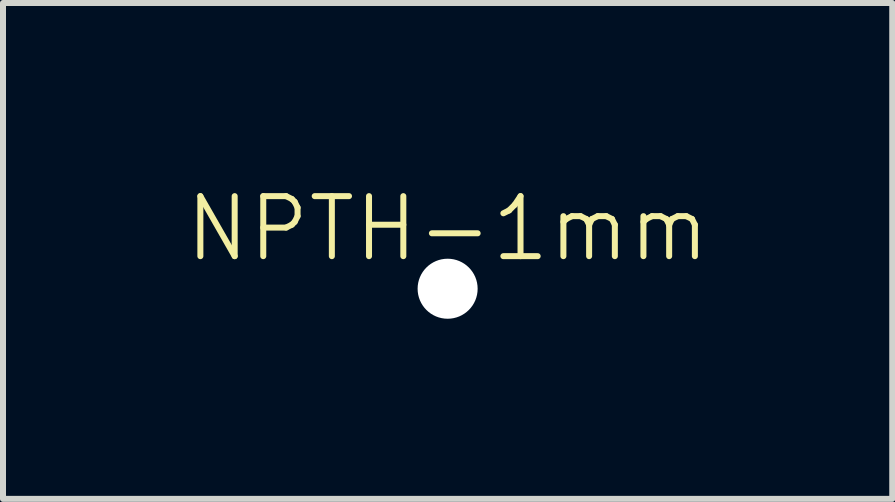
<source format=kicad_pcb>
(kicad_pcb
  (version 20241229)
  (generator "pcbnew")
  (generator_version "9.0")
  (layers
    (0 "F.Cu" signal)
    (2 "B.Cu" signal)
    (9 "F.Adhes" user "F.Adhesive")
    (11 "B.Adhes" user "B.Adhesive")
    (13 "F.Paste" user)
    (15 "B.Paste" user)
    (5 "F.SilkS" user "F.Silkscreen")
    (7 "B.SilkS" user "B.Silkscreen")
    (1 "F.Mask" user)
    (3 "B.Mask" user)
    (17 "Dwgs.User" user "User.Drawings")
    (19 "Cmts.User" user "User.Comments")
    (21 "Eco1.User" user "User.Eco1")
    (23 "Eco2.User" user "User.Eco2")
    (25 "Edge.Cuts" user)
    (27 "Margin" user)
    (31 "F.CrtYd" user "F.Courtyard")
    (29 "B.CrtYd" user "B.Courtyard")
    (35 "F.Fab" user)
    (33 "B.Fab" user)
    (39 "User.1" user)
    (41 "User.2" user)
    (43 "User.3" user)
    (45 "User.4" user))
  (footprint "NPTH-1mm"
    (layer "F.Cu")
    (at 4.407 1.76)
    (property "Reference" "NPTH-1mm" (at 0 -1 0) (unlocked yes) (layer "F.SilkS") (effects (font (size 1 1) (thickness 0.1))))
    (attr through_hole)
    (pad "" np_thru_hole circle (at 0 0) (size 1 1) (drill 1) (layers "*.Cu" "*.Mask")))
  (gr_rect
    (start -3 -3)
    (end 11.814 5.261)
    (stroke (width 0.1) (type default))
    (fill no)
    (layer "Edge.Cuts")))
</source>
